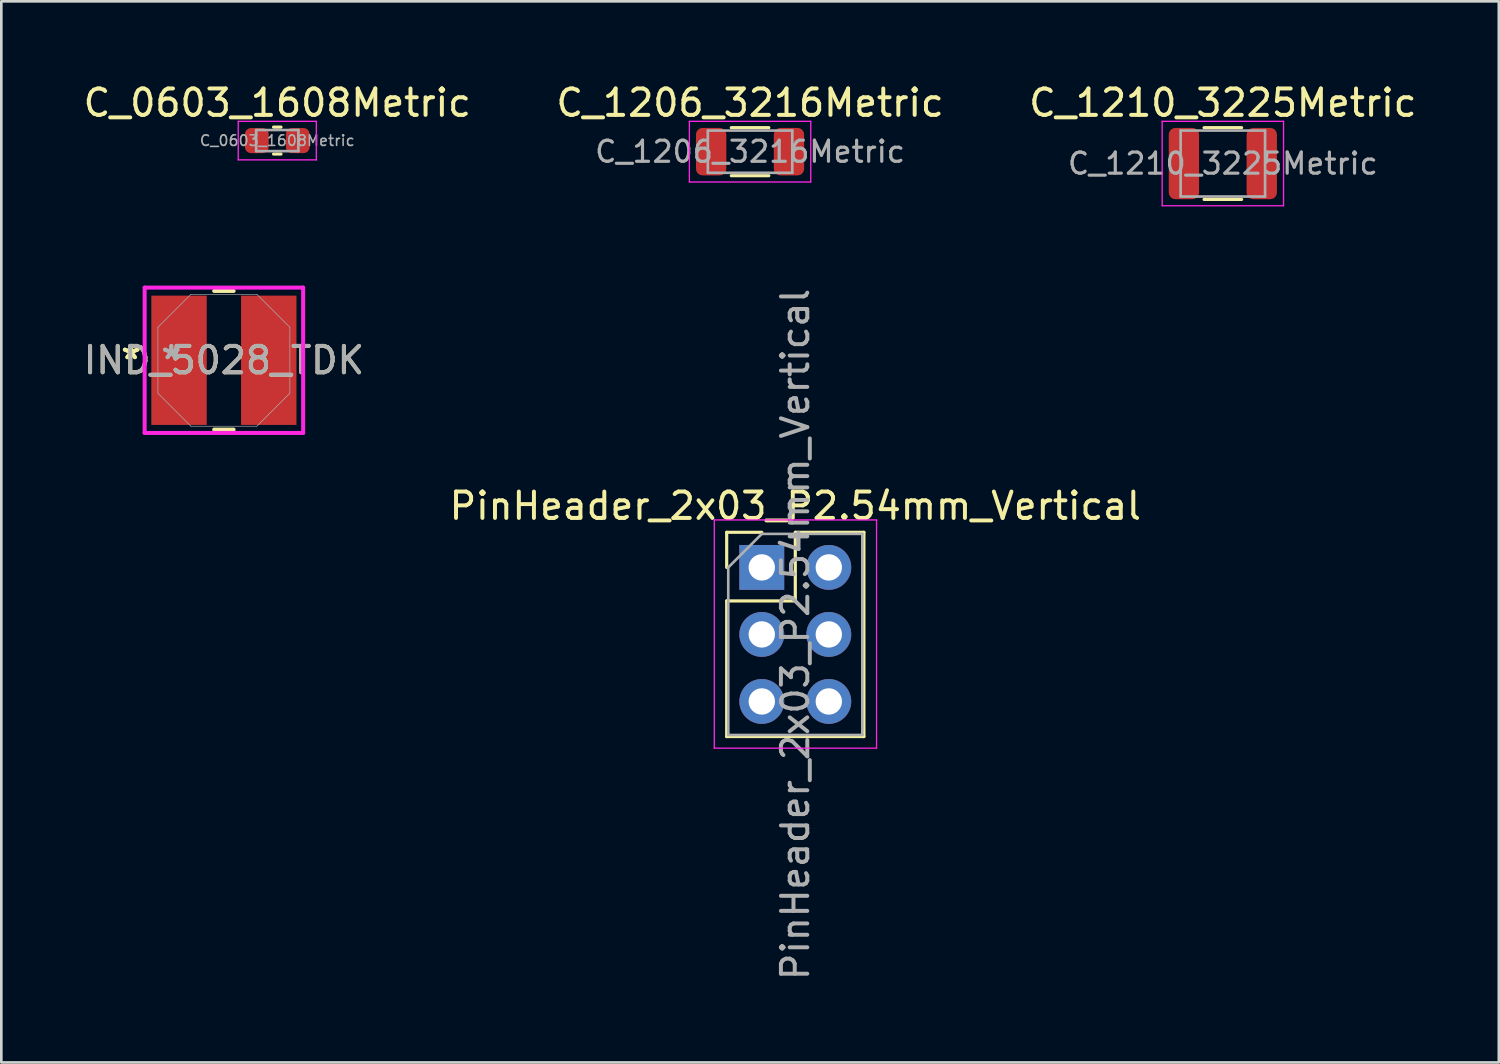
<source format=kicad_pcb>
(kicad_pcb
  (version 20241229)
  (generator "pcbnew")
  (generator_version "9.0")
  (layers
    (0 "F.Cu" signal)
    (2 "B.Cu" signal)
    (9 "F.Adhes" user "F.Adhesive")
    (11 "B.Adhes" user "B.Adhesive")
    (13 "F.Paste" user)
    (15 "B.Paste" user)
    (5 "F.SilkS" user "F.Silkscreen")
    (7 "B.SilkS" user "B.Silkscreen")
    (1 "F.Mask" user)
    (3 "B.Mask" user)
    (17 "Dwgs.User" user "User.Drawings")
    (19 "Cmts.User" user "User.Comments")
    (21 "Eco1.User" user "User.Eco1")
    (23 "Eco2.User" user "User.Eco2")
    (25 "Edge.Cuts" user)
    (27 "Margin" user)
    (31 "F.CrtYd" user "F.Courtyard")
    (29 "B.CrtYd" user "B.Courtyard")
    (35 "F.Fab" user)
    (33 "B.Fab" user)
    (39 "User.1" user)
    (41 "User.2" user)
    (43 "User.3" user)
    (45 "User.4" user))
  (footprint "C_1210_3225Metric"
    (layer "F.Cu")
    (at 43.292 3.148)
    (property "Reference" "C_1210_3225Metric" (at 0 -2.3 0) (layer "F.SilkS") (effects (font (size 1 1) (thickness 0.15))))
    (attr smd)
    (fp_line (start -0.711 -1.36) (end 0.711 -1.36) (stroke (width 0.12) (type solid)) (layer "F.SilkS"))
    (fp_line (start -0.711 1.36) (end 0.711 1.36) (stroke (width 0.12) (type solid)) (layer "F.SilkS"))
    (fp_line (start -2.3 -1.6) (end 2.3 -1.6) (stroke (width 0.05) (type solid)) (layer "F.CrtYd"))
    (fp_line (start -2.3 1.6) (end -2.3 -1.6) (stroke (width 0.05) (type solid)) (layer "F.CrtYd"))
    (fp_line (start 2.3 -1.6) (end 2.3 1.6) (stroke (width 0.05) (type solid)) (layer "F.CrtYd"))
    (fp_line (start 2.3 1.6) (end -2.3 1.6) (stroke (width 0.05) (type solid)) (layer "F.CrtYd"))
    (fp_line (start -1.6 -1.25) (end 1.6 -1.25) (stroke (width 0.1) (type solid)) (layer "F.Fab"))
    (fp_line (start -1.6 1.25) (end -1.6 -1.25) (stroke (width 0.1) (type solid)) (layer "F.Fab"))
    (fp_line (start 1.6 -1.25) (end 1.6 1.25) (stroke (width 0.1) (type solid)) (layer "F.Fab"))
    (fp_line (start 1.6 1.25) (end -1.6 1.25) (stroke (width 0.1) (type solid)) (layer "F.Fab"))
    (fp_text user "${REFERENCE}" (at 0 0 0) (layer "F.Fab") (effects (font (size 0.8 0.8) (thickness 0.12))))
    (pad "1" smd roundrect (at -1.475 0) (size 1.15 2.7) (layers "F.Cu" "F.Mask" "F.Paste") (roundrect_rratio 0.217))
    (pad "2" smd roundrect (at 1.475 0) (size 1.15 2.7) (layers "F.Cu" "F.Mask" "F.Paste") (roundrect_rratio 0.217)))
  (footprint "PinHeader_2x03_P2.54mm_Vertical"
    (layer "F.Cu")
    (at 25.819 18.453)
    (property "Reference" "PinHeader_2x03_P2.54mm_Vertical" (at 1.27 -2.33 0) (layer "F.SilkS") (effects (font (size 1 1) (thickness 0.15))))
    (attr through_hole)
    (fp_line (start -1.33 -1.33) (end 0 -1.33) (stroke (width 0.12) (type solid)) (layer "F.SilkS"))
    (fp_line (start -1.33 0) (end -1.33 -1.33) (stroke (width 0.12) (type solid)) (layer "F.SilkS"))
    (fp_line (start -1.33 1.27) (end -1.33 6.41) (stroke (width 0.12) (type solid)) (layer "F.SilkS"))
    (fp_line (start -1.33 1.27) (end 1.27 1.27) (stroke (width 0.12) (type solid)) (layer "F.SilkS"))
    (fp_line (start -1.33 6.41) (end 3.87 6.41) (stroke (width 0.12) (type solid)) (layer "F.SilkS"))
    (fp_line (start 1.27 -1.33) (end 3.87 -1.33) (stroke (width 0.12) (type solid)) (layer "F.SilkS"))
    (fp_line (start 1.27 1.27) (end 1.27 -1.33) (stroke (width 0.12) (type solid)) (layer "F.SilkS"))
    (fp_line (start 3.87 -1.33) (end 3.87 6.41) (stroke (width 0.12) (type solid)) (layer "F.SilkS"))
    (fp_line (start -1.8 -1.8) (end -1.8 6.85) (stroke (width 0.05) (type solid)) (layer "F.CrtYd"))
    (fp_line (start -1.8 6.85) (end 4.35 6.85) (stroke (width 0.05) (type solid)) (layer "F.CrtYd"))
    (fp_line (start 4.35 -1.8) (end -1.8 -1.8) (stroke (width 0.05) (type solid)) (layer "F.CrtYd"))
    (fp_line (start 4.35 6.85) (end 4.35 -1.8) (stroke (width 0.05) (type solid)) (layer "F.CrtYd"))
    (fp_line (start -1.27 0) (end 0 -1.27) (stroke (width 0.1) (type solid)) (layer "F.Fab"))
    (fp_line (start -1.27 6.35) (end -1.27 0) (stroke (width 0.1) (type solid)) (layer "F.Fab"))
    (fp_line (start 0 -1.27) (end 3.81 -1.27) (stroke (width 0.1) (type solid)) (layer "F.Fab"))
    (fp_line (start 3.81 -1.27) (end 3.81 6.35) (stroke (width 0.1) (type solid)) (layer "F.Fab"))
    (fp_line (start 3.81 6.35) (end -1.27 6.35) (stroke (width 0.1) (type solid)) (layer "F.Fab"))
    (fp_text user "${REFERENCE}" (at 1.27 2.54 90) (layer "F.Fab") (effects (font (size 1 1) (thickness 0.15))))
    (pad "1" thru_hole rect (at 0 0) (size 1.7 1.7) (drill 1) (layers "*.Cu" "*.Mask"))
    (pad "2" thru_hole oval (at 2.54 0) (size 1.7 1.7) (drill 1) (layers "*.Cu" "*.Mask"))
    (pad "3" thru_hole oval (at 0 2.54) (size 1.7 1.7) (drill 1) (layers "*.Cu" "*.Mask"))
    (pad "4" thru_hole oval (at 2.54 2.54) (size 1.7 1.7) (drill 1) (layers "*.Cu" "*.Mask"))
    (pad "5" thru_hole oval (at 0 5.08) (size 1.7 1.7) (drill 1) (layers "*.Cu" "*.Mask"))
    (pad "6" thru_hole oval (at 2.54 5.08) (size 1.7 1.7) (drill 1) (layers "*.Cu" "*.Mask")))
  (footprint "C_0603_1608Metric"
    (layer "F.Cu")
    (at 7.458 2.278)
    (property "Reference" "C_0603_1608Metric" (at 0 -1.43 0) (layer "F.SilkS") (effects (font (size 1 1) (thickness 0.15))))
    (attr smd)
    (fp_line (start -0.141 -0.51) (end 0.141 -0.51) (stroke (width 0.12) (type solid)) (layer "F.SilkS"))
    (fp_line (start -0.141 0.51) (end 0.141 0.51) (stroke (width 0.12) (type solid)) (layer "F.SilkS"))
    (fp_line (start -1.48 -0.73) (end 1.48 -0.73) (stroke (width 0.05) (type solid)) (layer "F.CrtYd"))
    (fp_line (start -1.48 0.73) (end -1.48 -0.73) (stroke (width 0.05) (type solid)) (layer "F.CrtYd"))
    (fp_line (start 1.48 -0.73) (end 1.48 0.73) (stroke (width 0.05) (type solid)) (layer "F.CrtYd"))
    (fp_line (start 1.48 0.73) (end -1.48 0.73) (stroke (width 0.05) (type solid)) (layer "F.CrtYd"))
    (fp_line (start -0.8 -0.4) (end 0.8 -0.4) (stroke (width 0.1) (type solid)) (layer "F.Fab"))
    (fp_line (start -0.8 0.4) (end -0.8 -0.4) (stroke (width 0.1) (type solid)) (layer "F.Fab"))
    (fp_line (start 0.8 -0.4) (end 0.8 0.4) (stroke (width 0.1) (type solid)) (layer "F.Fab"))
    (fp_line (start 0.8 0.4) (end -0.8 0.4) (stroke (width 0.1) (type solid)) (layer "F.Fab"))
    (fp_text user "${REFERENCE}" (at 0 0 0) (layer "F.Fab") (effects (font (size 0.4 0.4) (thickness 0.06))))
    (pad "1" smd roundrect (at -0.775 0) (size 0.9 0.95) (layers "F.Cu" "F.Mask" "F.Paste") (roundrect_rratio 0.25))
    (pad "2" smd roundrect (at 0.775 0) (size 0.9 0.95) (layers "F.Cu" "F.Mask" "F.Paste") (roundrect_rratio 0.25)))
  (footprint "IND_5028_TDK"
    (layer "F.Cu")
    (at 5.435 10.603)
    (property "Reference" "IND_5028_TDK" (at 0 0 0) (unlocked yes) (layer "F.SilkS") (effects (font (size 1 1) (thickness 0.15))))
    (attr smd)
    (fp_line (start -0.368 2.627) (end 0.368 2.627) (stroke (width 0.152) (type solid)) (layer "F.SilkS"))
    (fp_line (start 0.368 -2.627) (end -0.368 -2.627) (stroke (width 0.152) (type solid)) (layer "F.SilkS"))
    (fp_line (start -3.004 -2.754) (end 3.004 -2.754) (stroke (width 0.152) (type solid)) (layer "F.CrtYd"))
    (fp_line (start -3.004 2.754) (end -3.004 -2.754) (stroke (width 0.152) (type solid)) (layer "F.CrtYd"))
    (fp_line (start 3.004 -2.754) (end 3.004 2.754) (stroke (width 0.152) (type solid)) (layer "F.CrtYd"))
    (fp_line (start 3.004 2.754) (end -3.004 2.754) (stroke (width 0.152) (type solid)) (layer "F.CrtYd"))
    (fp_line (start -2.5 -1.25) (end -2.5 1.25) (stroke (width 0.025) (type solid)) (layer "F.Fab"))
    (fp_line (start -2.5 1.25) (end -1.25 2.5) (stroke (width 0.025) (type solid)) (layer "F.Fab"))
    (fp_line (start -1.25 -2.5) (end -2.5 -1.25) (stroke (width 0.025) (type solid)) (layer "F.Fab"))
    (fp_line (start -1.25 2.5) (end 1.25 2.5) (stroke (width 0.025) (type solid)) (layer "F.Fab"))
    (fp_line (start 1.25 -2.5) (end -1.25 -2.5) (stroke (width 0.025) (type solid)) (layer "F.Fab"))
    (fp_line (start 1.25 2.5) (end 2.5 1.25) (stroke (width 0.025) (type solid)) (layer "F.Fab"))
    (fp_line (start 2.5 -1.25) (end 1.25 -2.5) (stroke (width 0.025) (type solid)) (layer "F.Fab"))
    (fp_line (start 2.5 1.25) (end 2.5 -1.25) (stroke (width 0.025) (type solid)) (layer "F.Fab"))
    (fp_text user "*" (at -3.516 0 0) (unlocked yes) (layer "F.SilkS") (effects (font (size 1 1) (thickness 0.15))))
    (fp_text user "*" (at -3.516 0 0) (layer "F.SilkS") (effects (font (size 1 1) (thickness 0.15))))
    (fp_text user "${REFERENCE}" (at 0 0 0) (unlocked yes) (layer "F.Fab") (effects (font (size 1 1) (thickness 0.15))))
    (fp_text user "*" (at -1.992 0 0) (layer "F.Fab") (effects (font (size 1 1) (thickness 0.15))))
    (fp_text user "*" (at -1.992 0 0) (unlocked yes) (layer "F.Fab") (effects (font (size 1 1) (thickness 0.15))))
    (pad "1" smd rect (at -1.7 0) (size 2.1 4.9) (layers "F.Cu" "F.Mask" "F.Paste"))
    (pad "2" smd rect (at 1.7 0) (size 2.1 4.9) (layers "F.Cu" "F.Mask" "F.Paste")))
  (footprint "C_1206_3216Metric"
    (layer "F.Cu")
    (at 25.375 2.698)
    (property "Reference" "C_1206_3216Metric" (at 0 -1.85 0) (layer "F.SilkS") (effects (font (size 1 1) (thickness 0.15))))
    (attr smd)
    (fp_line (start -0.711 -0.91) (end 0.711 -0.91) (stroke (width 0.12) (type solid)) (layer "F.SilkS"))
    (fp_line (start -0.711 0.91) (end 0.711 0.91) (stroke (width 0.12) (type solid)) (layer "F.SilkS"))
    (fp_line (start -2.3 -1.15) (end 2.3 -1.15) (stroke (width 0.05) (type solid)) (layer "F.CrtYd"))
    (fp_line (start -2.3 1.15) (end -2.3 -1.15) (stroke (width 0.05) (type solid)) (layer "F.CrtYd"))
    (fp_line (start 2.3 -1.15) (end 2.3 1.15) (stroke (width 0.05) (type solid)) (layer "F.CrtYd"))
    (fp_line (start 2.3 1.15) (end -2.3 1.15) (stroke (width 0.05) (type solid)) (layer "F.CrtYd"))
    (fp_line (start -1.6 -0.8) (end 1.6 -0.8) (stroke (width 0.1) (type solid)) (layer "F.Fab"))
    (fp_line (start -1.6 0.8) (end -1.6 -0.8) (stroke (width 0.1) (type solid)) (layer "F.Fab"))
    (fp_line (start 1.6 -0.8) (end 1.6 0.8) (stroke (width 0.1) (type solid)) (layer "F.Fab"))
    (fp_line (start 1.6 0.8) (end -1.6 0.8) (stroke (width 0.1) (type solid)) (layer "F.Fab"))
    (fp_text user "${REFERENCE}" (at 0 0 0) (layer "F.Fab") (effects (font (size 0.8 0.8) (thickness 0.12))))
    (pad "1" smd roundrect (at -1.475 0) (size 1.15 1.8) (layers "F.Cu" "F.Mask" "F.Paste") (roundrect_rratio 0.217))
    (pad "2" smd roundrect (at 1.475 0) (size 1.15 1.8) (layers "F.Cu" "F.Mask" "F.Paste") (roundrect_rratio 0.217)))
  (gr_rect
    (start -3 -3)
    (end 53.75 37.214)
    (stroke (width 0.1) (type default))
    (fill no)
    (layer "Edge.Cuts")))
</source>
